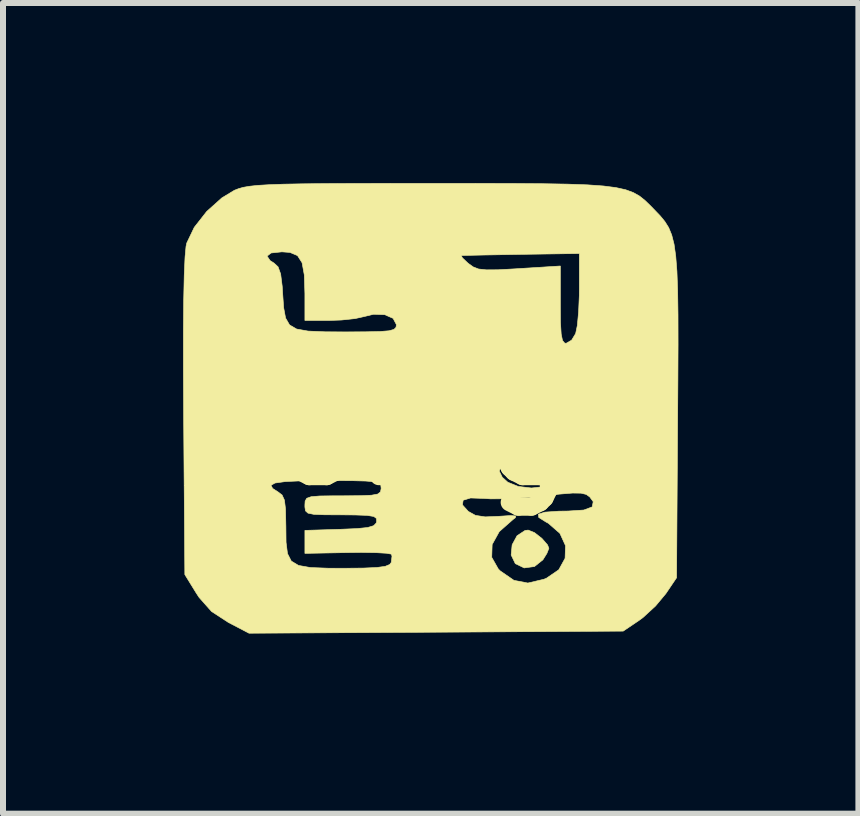
<source format=kicad_pcb>
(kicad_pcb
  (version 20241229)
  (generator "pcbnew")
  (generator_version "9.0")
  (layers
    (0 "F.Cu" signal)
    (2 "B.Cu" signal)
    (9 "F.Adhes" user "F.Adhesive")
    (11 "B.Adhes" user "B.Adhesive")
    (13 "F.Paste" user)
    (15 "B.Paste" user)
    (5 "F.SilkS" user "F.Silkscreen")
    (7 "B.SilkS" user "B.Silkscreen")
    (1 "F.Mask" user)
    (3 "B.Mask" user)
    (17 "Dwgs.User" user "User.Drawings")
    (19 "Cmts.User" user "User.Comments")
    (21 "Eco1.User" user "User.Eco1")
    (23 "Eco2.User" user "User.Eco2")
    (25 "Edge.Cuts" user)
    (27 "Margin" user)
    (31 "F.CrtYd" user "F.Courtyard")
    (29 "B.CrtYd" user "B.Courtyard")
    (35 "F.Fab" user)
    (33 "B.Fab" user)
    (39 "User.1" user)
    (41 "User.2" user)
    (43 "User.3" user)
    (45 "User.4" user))
  (footprint "srxg"
    (layer "F.Cu")
    (at 4.061 4.193)
    (property "Reference" "srxg" (at 0 0 0) (layer "F.SilkS") (effects (font (size 1.524 1.524) (thickness 0.3))))
    (attr through_hole)
    (fp_poly (pts (xy 1.792 1.629) (xy 1.916 1.726) (xy 2.01 1.834) (xy 2.032 1.891) (xy 1.999 1.975) (xy 1.933 2.081) (xy 1.792 2.194) (xy 1.621 2.217) (xy 1.473 2.146) (xy 1.404 2.002) (xy 1.42 1.832) (xy 1.502 1.681) (xy 1.634 1.594) (xy 1.687 1.587) (xy 1.792 1.629)) (stroke (width 0.01) (type solid)) (fill yes) (layer "F.SilkS"))
    (fp_poly (pts (xy 0.794 -4.188) (xy 1.409 -4.187) (xy 1.919 -4.183) (xy 2.337 -4.176) (xy 2.674 -4.164) (xy 2.941 -4.145) (xy 3.15 -4.118) (xy 3.312 -4.082) (xy 3.439 -4.035) (xy 3.542 -3.977) (xy 3.632 -3.905) (xy 3.722 -3.818) (xy 3.793 -3.745) (xy 3.887 -3.647) (xy 3.964 -3.553) (xy 4.028 -3.451) (xy 4.078 -3.329) (xy 4.117 -3.176) (xy 4.145 -2.978) (xy 4.165 -2.724) (xy 4.177 -2.402) (xy 4.183 -1.999) (xy 4.184 -1.503) (xy 4.181 -0.903) (xy 4.177 -0.318) (xy 4.159 2.381) (xy 3.98 2.646) (xy 3.809 2.851) (xy 3.6 3.043) (xy 3.535 3.091) (xy 3.27 3.27) (xy 0.153 3.288) (xy -2.963 3.305) (xy -3.306 3.126) (xy -3.587 2.943) (xy -3.795 2.708) (xy -3.841 2.638) (xy -4.032 2.328) (xy -4.043 0.841) (xy -2.597 0.841) (xy -2.57 0.893) (xy -2.477 0.953) (xy -2.412 1.003) (xy -2.373 1.088) (xy -2.355 1.236) (xy -2.35 1.479) (xy -2.349 1.522) (xy -2.346 1.79) (xy -2.322 1.979) (xy -2.259 2.103) (xy -2.138 2.176) (xy -1.94 2.211) (xy -1.647 2.222) (xy -1.39 2.223) (xy -1.059 2.22) (xy -0.833 2.21) (xy -0.694 2.191) (xy -0.619 2.16) (xy -0.593 2.125) (xy -0.581 2.018) (xy -0.595 1.987) (xy -0.671 1.973) (xy -0.846 1.963) (xy -1.093 1.959) (xy -1.333 1.962) (xy -2.032 1.975) (xy -2.032 1.592) (xy -1.445 1.574) (xy -1.164 1.562) (xy -0.986 1.544) (xy -0.887 1.514) (xy -0.844 1.469) (xy -0.837 1.445) (xy -0.84 1.393) (xy -0.885 1.36) (xy -0.996 1.342) (xy -1.194 1.335) (xy -1.424 1.333) (xy -1.705 1.332) (xy -1.882 1.325) (xy -1.98 1.305) (xy -2.022 1.267) (xy -2.032 1.203) (xy -2.032 1.175) (xy -2.032 1.167) (xy 0.592 1.167) (xy 0.69 1.276) (xy 0.809 1.342) (xy 0.971 1.367) (xy 1.192 1.358) (xy 1.389 1.345) (xy 1.478 1.351) (xy 1.475 1.38) (xy 1.434 1.411) (xy 1.206 1.612) (xy 1.087 1.827) (xy 1.08 2.041) (xy 1.19 2.235) (xy 1.222 2.267) (xy 1.45 2.424) (xy 1.681 2.469) (xy 1.949 2.406) (xy 1.991 2.389) (xy 2.197 2.248) (xy 2.302 2.057) (xy 2.309 1.846) (xy 2.216 1.642) (xy 2.024 1.474) (xy 1.983 1.452) (xy 1.863 1.376) (xy 1.857 1.322) (xy 1.967 1.288) (xy 2.198 1.272) (xy 2.351 1.27) (xy 2.613 1.253) (xy 2.753 1.201) (xy 2.771 1.114) (xy 2.713 1.035) (xy 2.655 0.993) (xy 2.568 0.972) (xy 2.428 0.97) (xy 2.208 0.988) (xy 1.945 1.018) (xy 1.626 1.048) (xy 1.318 1.065) (xy 1.063 1.067) (xy 0.956 1.06) (xy 0.728 1.052) (xy 0.604 1.089) (xy 0.592 1.167) (xy -2.032 1.167) (xy -2.028 1.103) (xy -2.001 1.057) (xy -1.928 1.031) (xy -1.785 1.019) (xy -1.549 1.016) (xy -1.397 1.016) (xy -1.108 1.014) (xy -0.923 1.006) (xy -0.819 0.987) (xy -0.773 0.951) (xy -0.762 0.896) (xy -0.762 0.889) (xy -0.768 0.839) (xy -0.8 0.805) (xy -0.877 0.782) (xy -1.018 0.77) (xy -1.242 0.764) (xy -1.568 0.762) (xy -1.683 0.762) (xy -2.081 0.766) (xy -2.36 0.779) (xy -2.53 0.803) (xy -2.597 0.841) (xy -4.043 0.841) (xy -4.045 0.603) (xy 1.205 0.603) (xy 1.256 0.707) (xy 1.348 0.79) (xy 1.522 0.86) (xy 1.742 0.886) (xy 1.945 0.864) (xy 2.025 0.831) (xy 2.099 0.742) (xy 2.065 0.657) (xy 1.941 0.594) (xy 1.764 0.571) (xy 1.556 0.561) (xy 1.381 0.539) (xy 1.349 0.531) (xy 1.237 0.534) (xy 1.205 0.603) (xy -4.045 0.603) (xy -4.052 -0.312) (xy -4.056 -1.08) (xy -4.056 -1.725) (xy -4.051 -2.249) (xy -4.042 -2.657) (xy -4.029 -2.953) (xy -4.027 -2.977) (xy -2.662 -2.977) (xy -2.612 -2.902) (xy -2.547 -2.861) (xy -2.479 -2.798) (xy -2.436 -2.679) (xy -2.41 -2.474) (xy -2.403 -2.359) (xy -2.386 -2.117) (xy -2.354 -1.945) (xy -2.288 -1.831) (xy -2.17 -1.762) (xy -1.979 -1.728) (xy -1.697 -1.716) (xy -1.357 -1.714) (xy -1.014 -1.716) (xy -0.779 -1.721) (xy -0.63 -1.733) (xy -0.548 -1.756) (xy -0.514 -1.791) (xy -0.508 -1.836) (xy -0.563 -1.94) (xy -0.702 -2.001) (xy -0.889 -2.008) (xy -1.041 -1.971) (xy -1.197 -1.936) (xy -1.425 -1.912) (xy -1.623 -1.905) (xy -2.032 -1.905) (xy -2.032 -2.354) (xy -2.042 -2.663) (xy -2.079 -2.866) (xy -2.155 -2.985) (xy -2.157 -2.986) (xy 0.572 -2.986) (xy 0.592 -2.947) (xy 0.683 -2.861) (xy 0.693 -2.853) (xy 0.771 -2.797) (xy 0.861 -2.762) (xy 0.989 -2.748) (xy 1.185 -2.749) (xy 1.474 -2.765) (xy 1.534 -2.769) (xy 2.223 -2.812) (xy 2.223 -2.168) (xy 2.225 -1.87) (xy 2.237 -1.678) (xy 2.259 -1.571) (xy 2.295 -1.528) (xy 2.319 -1.524) (xy 2.411 -1.577) (xy 2.478 -1.687) (xy 2.506 -1.822) (xy 2.527 -2.046) (xy 2.539 -2.317) (xy 2.54 -2.435) (xy 2.54 -3.02) (xy 1.572 -3.006) (xy 1.234 -3) (xy 0.944 -2.995) (xy 0.723 -2.99) (xy 0.594 -2.987) (xy 0.572 -2.986) (xy -2.157 -2.986) (xy -2.28 -3.038) (xy -2.415 -3.048) (xy -2.595 -3.029) (xy -2.662 -2.977) (xy -4.027 -2.977) (xy -4.012 -3.139) (xy -4 -3.195) (xy -3.875 -3.456) (xy -3.668 -3.72) (xy -3.416 -3.946) (xy -3.207 -4.073) (xy -3.14 -4.099) (xy -3.061 -4.122) (xy -2.958 -4.14) (xy -2.819 -4.155) (xy -2.633 -4.166) (xy -2.389 -4.175) (xy -2.074 -4.181) (xy -1.678 -4.185) (xy -1.188 -4.187) (xy -0.594 -4.188) (xy 0.064 -4.188) (xy 0.794 -4.188)) (stroke (width 0.01) (type solid)) (fill yes) (layer "F.SilkS")))
  (gr_rect
    (start -3 -3)
    (end 11.249 10.504)
    (stroke (width 0.1) (type default))
    (fill no)
    (layer "Edge.Cuts")))
</source>
